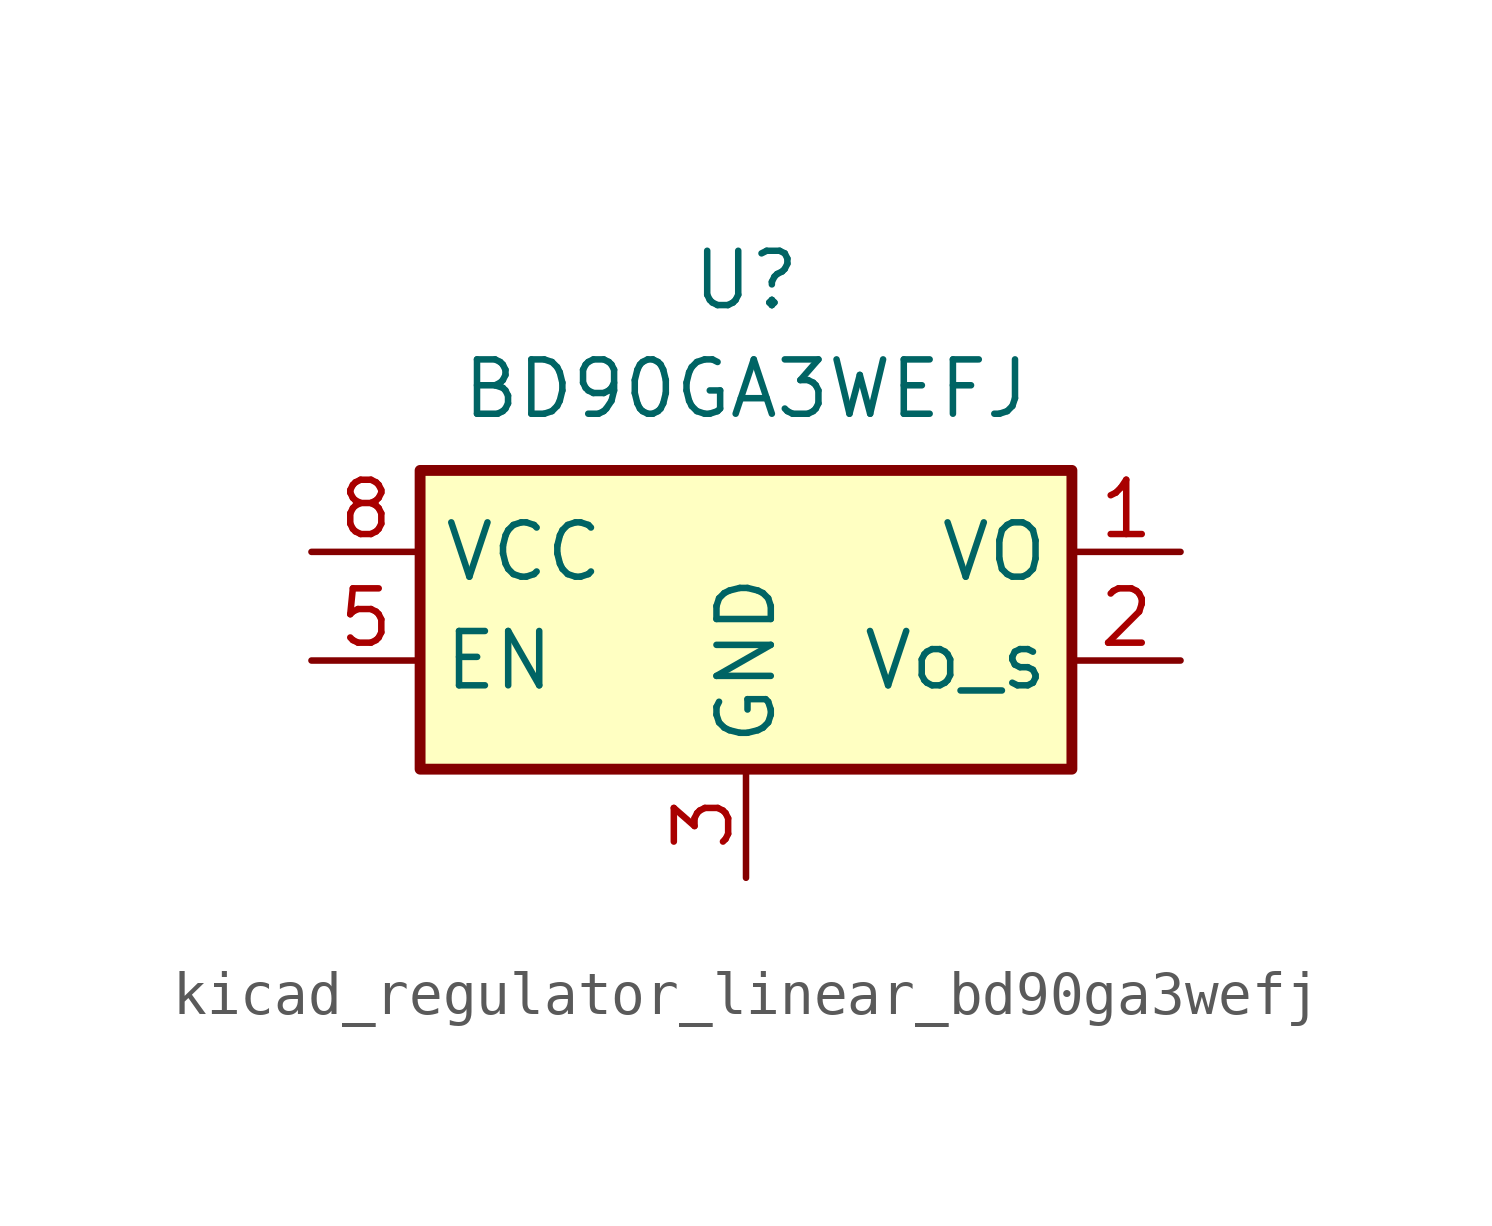
<source format=kicad_sym>
(kicad_symbol_lib
  (version 20220914)
  (generator kicad_symbol_editor)
  (symbol "kicad_regulator_linear_bd90ga3wefj"
    (property "Reference" "U"
      (at 0 6.35 0)
      (effects (font (size 1.27 1.27))))
    (property "Value" "BD90GA3WEFJ"
      (at 0 3.81 0)
      (effects (font (size 1.27 1.27))))
    (symbol "kicad_regulator_linear_bd90ga3wefj_1_1"
      (rectangle (start -7.62 -5.08) (end 7.62 1.905) (stroke (width 0.254) (type default)) (fill (type background)))
      (pin power_out line (at 10.16 0 180) (length 2.54) (name "VO" (effects (font (size 1.27 1.27)))) (number "1" (effects (font (size 1.27 1.27)))))
      (pin input line (at 10.16 -2.54 180) (length 2.54) (name "Vo_s" (effects (font (size 1.27 1.27)))) (number "2" (effects (font (size 1.27 1.27)))))
      (pin power_in line (at 0 -7.62 90) (length 2.54) (name "GND" (effects (font (size 1.27 1.27)))) (number "3" (effects (font (size 1.27 1.27)))))
      (pin passive line (at 0 -7.62 90) (length 2.54) hide (name "GND" (effects (font (size 1.27 1.27)))) (number "4" (effects (font (size 1.27 1.27)))))
      (pin input line (at -10.16 -2.54 0) (length 2.54) (name "EN" (effects (font (size 1.27 1.27)))) (number "5" (effects (font (size 1.27 1.27)))))
      (pin passive line (at 0 -7.62 90) (length 2.54) hide (name "GND" (effects (font (size 1.27 1.27)))) (number "6" (effects (font (size 1.27 1.27)))))
      (pin passive line (at 0 -7.62 90) (length 2.54) hide (name "GND" (effects (font (size 1.27 1.27)))) (number "7" (effects (font (size 1.27 1.27)))))
      (pin power_in line (at -10.16 0 0) (length 2.54) (name "VCC" (effects (font (size 1.27 1.27)))) (number "8" (effects (font (size 1.27 1.27)))))
      (pin passive line (at 0 -7.62 90) (length 2.54) hide (name "GND" (effects (font (size 1.27 1.27)))) (number "9" (effects (font (size 1.27 1.27))))))))
</source>
